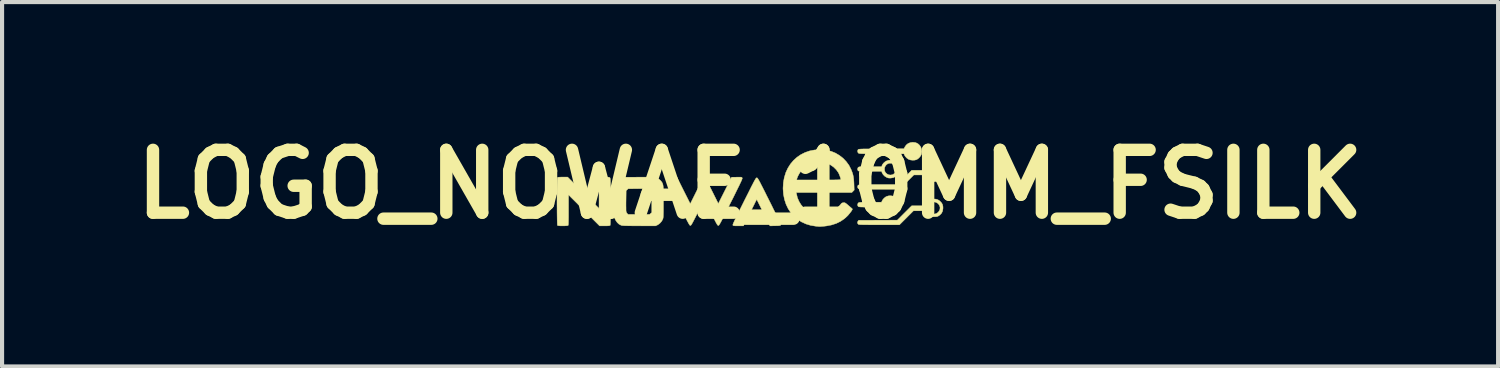
<source format=kicad_pcb>
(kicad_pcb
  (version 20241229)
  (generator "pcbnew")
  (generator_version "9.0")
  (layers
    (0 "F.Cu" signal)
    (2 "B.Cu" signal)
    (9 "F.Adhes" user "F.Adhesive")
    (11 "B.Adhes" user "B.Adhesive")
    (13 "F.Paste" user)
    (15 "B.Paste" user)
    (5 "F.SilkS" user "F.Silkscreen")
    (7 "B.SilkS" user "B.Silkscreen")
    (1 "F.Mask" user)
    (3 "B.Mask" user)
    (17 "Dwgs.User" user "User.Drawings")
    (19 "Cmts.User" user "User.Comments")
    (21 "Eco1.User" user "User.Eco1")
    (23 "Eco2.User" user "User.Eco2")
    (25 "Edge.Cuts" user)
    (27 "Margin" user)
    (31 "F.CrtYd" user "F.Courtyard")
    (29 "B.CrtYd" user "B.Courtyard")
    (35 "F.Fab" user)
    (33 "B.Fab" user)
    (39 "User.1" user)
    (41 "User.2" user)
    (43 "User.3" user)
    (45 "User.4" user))
  (footprint "LOGO_NOWAE_10MM_FSILK"
    (layer "F.Cu")
    (at 15.138 1.418)
    (property "Reference" "LOGO_NOWAE_10MM_FSILK" (at 0 0 0) (layer "F.SilkS") (effects (font (size 1.524 1.524) (thickness 0.3))))
    (attr through_hole)
    (fp_poly (pts (xy 3.469 0.288) (xy 3.52 0.308) (xy 3.556 0.333) (xy 3.59 0.376) (xy 3.612 0.428) (xy 3.621 0.484) (xy 3.617 0.541) (xy 3.599 0.594) (xy 3.596 0.6) (xy 3.56 0.65) (xy 3.516 0.686) (xy 3.462 0.707) (xy 3.399 0.713) (xy 3.352 0.709) (xy 3.313 0.698) (xy 3.31 0.697) (xy 3.279 0.678) (xy 3.247 0.649) (xy 3.22 0.617) (xy 3.201 0.587) (xy 3.2 0.582) (xy 3.191 0.557) (xy 2.914 0.555) (xy 2.836 0.554) (xy 2.774 0.553) (xy 2.726 0.552) (xy 2.689 0.551) (xy 2.663 0.549) (xy 2.644 0.547) (xy 2.632 0.544) (xy 2.625 0.54) (xy 2.621 0.538) (xy 2.609 0.514) (xy 2.608 0.485) (xy 2.619 0.459) (xy 2.627 0.451) (xy 2.633 0.446) (xy 2.642 0.443) (xy 2.655 0.44) (xy 2.674 0.438) (xy 2.701 0.437) (xy 2.738 0.436) (xy 2.787 0.435) (xy 2.85 0.435) (xy 2.918 0.435) (xy 3.189 0.435) (xy 3.199 0.407) (xy 3.217 0.375) (xy 3.245 0.342) (xy 3.279 0.313) (xy 3.31 0.295) (xy 3.359 0.281) (xy 3.414 0.279) (xy 3.469 0.288)) (stroke (width 0.01) (type solid)) (fill yes) (layer "F.SilkS"))
    (fp_poly (pts (xy 4.002 -1.012) (xy 4.02 -1.008) (xy 4.069 -0.984) (xy 4.109 -0.948) (xy 4.14 -0.902) (xy 4.159 -0.849) (xy 4.166 -0.792) (xy 4.158 -0.735) (xy 4.156 -0.729) (xy 4.14 -0.694) (xy 4.112 -0.657) (xy 4.079 -0.624) (xy 4.044 -0.601) (xy 4.041 -0.599) (xy 3.996 -0.586) (xy 3.943 -0.583) (xy 3.891 -0.589) (xy 3.846 -0.603) (xy 3.844 -0.605) (xy 3.797 -0.638) (xy 3.759 -0.681) (xy 3.743 -0.711) (xy 3.731 -0.739) (xy 3.189 -0.739) (xy 3.078 -0.739) (xy 2.983 -0.739) (xy 2.903 -0.74) (xy 2.837 -0.74) (xy 2.782 -0.741) (xy 2.739 -0.741) (xy 2.705 -0.742) (xy 2.679 -0.744) (xy 2.66 -0.745) (xy 2.646 -0.747) (xy 2.637 -0.75) (xy 2.631 -0.752) (xy 2.627 -0.755) (xy 2.611 -0.778) (xy 2.607 -0.806) (xy 2.615 -0.833) (xy 2.621 -0.842) (xy 2.626 -0.845) (xy 2.632 -0.848) (xy 2.643 -0.85) (xy 2.658 -0.852) (xy 2.68 -0.853) (xy 2.71 -0.855) (xy 2.749 -0.856) (xy 2.798 -0.857) (xy 2.858 -0.857) (xy 2.932 -0.858) (xy 3.019 -0.858) (xy 3.122 -0.859) (xy 3.184 -0.859) (xy 3.732 -0.862) (xy 3.753 -0.904) (xy 3.786 -0.951) (xy 3.83 -0.987) (xy 3.883 -1.009) (xy 3.941 -1.018) (xy 4.002 -1.012)) (stroke (width 0.01) (type solid)) (fill yes) (layer "F.SilkS"))
    (fp_poly (pts (xy 4.495 -0.499) (xy 4.546 -0.485) (xy 4.593 -0.458) (xy 4.633 -0.419) (xy 4.656 -0.383) (xy 4.673 -0.336) (xy 4.68 -0.284) (xy 4.678 -0.233) (xy 4.668 -0.197) (xy 4.638 -0.147) (xy 4.596 -0.107) (xy 4.546 -0.079) (xy 4.489 -0.064) (xy 4.43 -0.063) (xy 4.391 -0.071) (xy 4.357 -0.088) (xy 4.32 -0.115) (xy 4.288 -0.147) (xy 4.264 -0.181) (xy 4.259 -0.191) (xy 4.245 -0.226) (xy 3.971 -0.226) (xy 3.797 -0.052) (xy 3.623 0.122) (xy 3.131 0.122) (xy 3.026 0.122) (xy 2.937 0.122) (xy 2.863 0.122) (xy 2.802 0.121) (xy 2.752 0.121) (xy 2.714 0.12) (xy 2.684 0.119) (xy 2.663 0.117) (xy 2.647 0.115) (xy 2.637 0.113) (xy 2.63 0.11) (xy 2.625 0.107) (xy 2.623 0.104) (xy 2.61 0.081) (xy 2.607 0.054) (xy 2.615 0.03) (xy 2.623 0.021) (xy 2.629 0.018) (xy 2.642 0.016) (xy 2.661 0.014) (xy 2.689 0.012) (xy 2.727 0.011) (xy 2.776 0.01) (xy 2.837 0.009) (xy 2.912 0.009) (xy 3.002 0.009) (xy 3.105 0.009) (xy 3.57 0.009) (xy 3.745 -0.165) (xy 3.92 -0.339) (xy 4.249 -0.34) (xy 4.271 -0.385) (xy 4.302 -0.433) (xy 4.343 -0.468) (xy 4.391 -0.49) (xy 4.442 -0.501) (xy 4.495 -0.499)) (stroke (width 0.01) (type solid)) (fill yes) (layer "F.SilkS"))
    (fp_poly (pts (xy 3.466 -0.578) (xy 3.518 -0.555) (xy 3.563 -0.52) (xy 3.598 -0.474) (xy 3.608 -0.453) (xy 3.619 -0.411) (xy 3.621 -0.361) (xy 3.615 -0.312) (xy 3.604 -0.278) (xy 3.572 -0.226) (xy 3.529 -0.187) (xy 3.476 -0.161) (xy 3.412 -0.15) (xy 3.41 -0.15) (xy 3.372 -0.15) (xy 3.342 -0.155) (xy 3.312 -0.167) (xy 3.31 -0.168) (xy 3.264 -0.197) (xy 3.226 -0.236) (xy 3.201 -0.279) (xy 3.2 -0.282) (xy 3.189 -0.313) (xy 2.914 -0.313) (xy 2.834 -0.313) (xy 2.769 -0.314) (xy 2.719 -0.315) (xy 2.681 -0.316) (xy 2.654 -0.318) (xy 2.636 -0.32) (xy 2.625 -0.324) (xy 2.623 -0.325) (xy 2.61 -0.344) (xy 2.609 -0.354) (xy 3.258 -0.354) (xy 3.268 -0.313) (xy 3.29 -0.277) (xy 3.322 -0.249) (xy 3.361 -0.23) (xy 3.405 -0.224) (xy 3.45 -0.231) (xy 3.471 -0.24) (xy 3.504 -0.265) (xy 3.53 -0.301) (xy 3.546 -0.342) (xy 3.549 -0.367) (xy 3.541 -0.409) (xy 3.52 -0.45) (xy 3.489 -0.482) (xy 3.476 -0.492) (xy 3.43 -0.509) (xy 3.384 -0.511) (xy 3.341 -0.499) (xy 3.304 -0.473) (xy 3.276 -0.435) (xy 3.262 -0.4) (xy 3.258 -0.354) (xy 2.609 -0.354) (xy 2.607 -0.37) (xy 2.614 -0.397) (xy 2.623 -0.409) (xy 2.628 -0.414) (xy 2.634 -0.417) (xy 2.644 -0.42) (xy 2.66 -0.423) (xy 2.683 -0.424) (xy 2.715 -0.425) (xy 2.758 -0.426) (xy 2.813 -0.426) (xy 2.884 -0.426) (xy 2.914 -0.426) (xy 3.191 -0.426) (xy 3.196 -0.446) (xy 3.211 -0.48) (xy 3.238 -0.515) (xy 3.274 -0.546) (xy 3.297 -0.561) (xy 3.353 -0.582) (xy 3.41 -0.587) (xy 3.466 -0.578)) (stroke (width 0.01) (type solid)) (fill yes) (layer "F.SilkS"))
    (fp_poly (pts (xy 4.508 0.361) (xy 4.552 0.374) (xy 4.591 0.398) (xy 4.611 0.415) (xy 4.647 0.455) (xy 4.669 0.498) (xy 4.678 0.547) (xy 4.678 0.59) (xy 4.668 0.651) (xy 4.643 0.703) (xy 4.604 0.744) (xy 4.58 0.761) (xy 4.558 0.774) (xy 4.538 0.782) (xy 4.515 0.786) (xy 4.483 0.787) (xy 4.462 0.787) (xy 4.424 0.787) (xy 4.398 0.784) (xy 4.377 0.778) (xy 4.356 0.768) (xy 4.344 0.761) (xy 4.301 0.725) (xy 4.275 0.689) (xy 4.249 0.644) (xy 3.962 0.644) (xy 3.793 0.813) (xy 3.623 0.983) (xy 3.13 0.983) (xy 3.023 0.983) (xy 2.933 0.983) (xy 2.857 0.982) (xy 2.795 0.982) (xy 2.745 0.981) (xy 2.705 0.98) (xy 2.675 0.979) (xy 2.654 0.977) (xy 2.639 0.975) (xy 2.629 0.973) (xy 2.624 0.97) (xy 2.624 0.97) (xy 2.606 0.943) (xy 2.606 0.916) (xy 2.616 0.897) (xy 2.633 0.874) (xy 3.102 0.872) (xy 3.57 0.87) (xy 3.873 0.568) (xy 4.318 0.568) (xy 4.322 0.612) (xy 4.341 0.654) (xy 4.352 0.667) (xy 4.392 0.701) (xy 4.436 0.719) (xy 4.482 0.72) (xy 4.517 0.71) (xy 4.552 0.687) (xy 4.582 0.653) (xy 4.602 0.612) (xy 4.603 0.609) (xy 4.607 0.565) (xy 4.597 0.524) (xy 4.575 0.487) (xy 4.544 0.457) (xy 4.506 0.437) (xy 4.464 0.429) (xy 4.426 0.434) (xy 4.382 0.455) (xy 4.349 0.487) (xy 4.327 0.526) (xy 4.318 0.568) (xy 3.873 0.568) (xy 3.92 0.522) (xy 4.244 0.522) (xy 4.261 0.485) (xy 4.292 0.434) (xy 4.335 0.394) (xy 4.386 0.368) (xy 4.444 0.357) (xy 4.454 0.357) (xy 4.508 0.361)) (stroke (width 0.01) (type solid)) (fill yes) (layer "F.SilkS"))
    (fp_poly (pts (xy 0.168 -0.156) (xy 0.173 -0.154) (xy 0.179 -0.149) (xy 0.186 -0.14) (xy 0.195 -0.126) (xy 0.207 -0.107) (xy 0.222 -0.08) (xy 0.241 -0.045) (xy 0.263 -0.001) (xy 0.291 0.053) (xy 0.324 0.118) (xy 0.363 0.195) (xy 0.408 0.286) (xy 0.461 0.391) (xy 0.47 0.409) (xy 0.525 0.519) (xy 0.572 0.615) (xy 0.613 0.697) (xy 0.647 0.767) (xy 0.675 0.825) (xy 0.698 0.872) (xy 0.715 0.91) (xy 0.728 0.939) (xy 0.737 0.961) (xy 0.742 0.976) (xy 0.744 0.985) (xy 0.743 0.989) (xy 0.737 0.996) (xy 0.726 1) (xy 0.708 1.003) (xy 0.68 1.005) (xy 0.638 1.006) (xy 0.608 1.007) (xy 0.482 1.009) (xy 0.426 0.896) (xy -0.105 0.896) (xy -0.132 0.953) (xy -0.16 1.009) (xy -0.284 1.009) (xy -0.333 1.009) (xy -0.368 1.008) (xy -0.391 1.006) (xy -0.405 1.003) (xy -0.413 0.999) (xy -0.417 0.992) (xy -0.418 0.987) (xy -0.416 0.977) (xy -0.411 0.962) (xy -0.403 0.941) (xy -0.39 0.912) (xy -0.373 0.875) (xy -0.351 0.829) (xy -0.324 0.772) (xy -0.291 0.704) (xy -0.251 0.624) (xy -0.248 0.618) (xy 0.035 0.618) (xy 0.287 0.618) (xy 0.225 0.494) (xy 0.204 0.452) (xy 0.186 0.415) (xy 0.172 0.388) (xy 0.164 0.371) (xy 0.162 0.368) (xy 0.158 0.375) (xy 0.147 0.394) (xy 0.131 0.425) (xy 0.112 0.463) (xy 0.098 0.492) (xy 0.035 0.618) (xy -0.248 0.618) (xy -0.204 0.53) (xy -0.15 0.422) (xy -0.144 0.409) (xy -0.09 0.302) (xy -0.043 0.209) (xy -0.003 0.129) (xy 0.03 0.062) (xy 0.059 0.007) (xy 0.082 -0.039) (xy 0.102 -0.075) (xy 0.117 -0.103) (xy 0.129 -0.123) (xy 0.139 -0.138) (xy 0.146 -0.148) (xy 0.152 -0.153) (xy 0.158 -0.156) (xy 0.162 -0.157) (xy 0.163 -0.157) (xy 0.168 -0.156)) (stroke (width 0.01) (type solid)) (fill yes) (layer "F.SilkS"))
    (fp_poly (pts (xy -3.662 0.587) (xy -3.662 0.221) (xy -3.662 0.131) (xy -3.662 0.057) (xy -3.662 -0.002) (xy -3.661 -0.049) (xy -3.66 -0.085) (xy -3.659 -0.112) (xy -3.657 -0.131) (xy -3.655 -0.144) (xy -3.652 -0.152) (xy -3.648 -0.158) (xy -3.646 -0.16) (xy -3.636 -0.166) (xy -3.621 -0.17) (xy -3.596 -0.173) (xy -3.56 -0.174) (xy -3.521 -0.174) (xy -3.475 -0.174) (xy -3.443 -0.172) (xy -3.422 -0.17) (xy -3.408 -0.166) (xy -3.4 -0.16) (xy -3.398 -0.158) (xy -3.395 -0.154) (xy -3.393 -0.147) (xy -3.391 -0.136) (xy -3.389 -0.119) (xy -3.387 -0.096) (xy -3.386 -0.066) (xy -3.385 -0.026) (xy -3.385 0.024) (xy -3.384 0.085) (xy -3.384 0.16) (xy -3.384 0.248) (xy -3.384 0.352) (xy -3.384 0.423) (xy -3.384 0.543) (xy -3.384 0.647) (xy -3.385 0.735) (xy -3.385 0.809) (xy -3.386 0.869) (xy -3.387 0.917) (xy -3.388 0.952) (xy -3.39 0.977) (xy -3.392 0.992) (xy -3.394 0.999) (xy -3.407 1.003) (xy -3.436 1.007) (xy -3.48 1.009) (xy -3.527 1.009) (xy -3.649 1.009) (xy -4.025 0.633) (xy -4.402 0.257) (xy -4.402 0.622) (xy -4.402 0.719) (xy -4.402 0.798) (xy -4.403 0.863) (xy -4.404 0.914) (xy -4.405 0.952) (xy -4.407 0.978) (xy -4.41 0.993) (xy -4.412 0.999) (xy -4.425 1.003) (xy -4.451 1.006) (xy -4.487 1.008) (xy -4.528 1.009) (xy -4.57 1.009) (xy -4.609 1.008) (xy -4.642 1.005) (xy -4.663 1.001) (xy -4.669 0.999) (xy -4.672 0.988) (xy -4.674 0.962) (xy -4.675 0.921) (xy -4.677 0.869) (xy -4.678 0.807) (xy -4.679 0.735) (xy -4.68 0.658) (xy -4.68 0.575) (xy -4.681 0.489) (xy -4.681 0.401) (xy -4.681 0.314) (xy -4.68 0.229) (xy -4.68 0.148) (xy -4.679 0.072) (xy -4.678 0.004) (xy -4.676 -0.055) (xy -4.675 -0.103) (xy -4.673 -0.138) (xy -4.671 -0.159) (xy -4.669 -0.164) (xy -4.656 -0.169) (xy -4.627 -0.172) (xy -4.581 -0.174) (xy -4.541 -0.174) (xy -4.423 -0.174) (xy -3.662 0.587)) (stroke (width 0.01) (type solid)) (fill yes) (layer "F.SilkS"))
    (fp_poly (pts (xy -2.444 -0.172) (xy -2.383 -0.171) (xy -2.339 -0.169) (xy -2.309 -0.167) (xy -2.299 -0.165) (xy -2.242 -0.145) (xy -2.191 -0.11) (xy -2.151 -0.068) (xy -2.14 -0.051) (xy -2.13 -0.036) (xy -2.122 -0.02) (xy -2.116 -0.002) (xy -2.111 0.02) (xy -2.107 0.048) (xy -2.104 0.082) (xy -2.103 0.126) (xy -2.102 0.18) (xy -2.101 0.247) (xy -2.101 0.328) (xy -2.101 0.422) (xy -2.101 0.514) (xy -2.101 0.591) (xy -2.101 0.653) (xy -2.102 0.704) (xy -2.103 0.743) (xy -2.104 0.774) (xy -2.106 0.797) (xy -2.108 0.815) (xy -2.111 0.829) (xy -2.115 0.841) (xy -2.117 0.848) (xy -2.144 0.897) (xy -2.183 0.942) (xy -2.229 0.978) (xy -2.249 0.989) (xy -2.292 1.009) (xy -2.692 1.008) (xy -2.79 1.008) (xy -2.872 1.008) (xy -2.94 1.007) (xy -2.995 1.006) (xy -3.038 1.005) (xy -3.071 1.003) (xy -3.096 1.001) (xy -3.113 0.999) (xy -3.125 0.996) (xy -3.126 0.995) (xy -3.176 0.969) (xy -3.22 0.929) (xy -3.255 0.88) (xy -3.259 0.872) (xy -3.284 0.822) (xy -3.284 0.517) (xy -3.009 0.517) (xy -3.008 0.57) (xy -3.008 0.613) (xy -3.007 0.644) (xy -3.005 0.66) (xy -2.995 0.687) (xy -2.979 0.71) (xy -2.958 0.731) (xy -2.437 0.731) (xy -2.383 0.686) (xy -2.383 0.423) (xy -2.383 0.345) (xy -2.384 0.282) (xy -2.385 0.233) (xy -2.387 0.195) (xy -2.39 0.168) (xy -2.395 0.148) (xy -2.401 0.135) (xy -2.41 0.126) (xy -2.421 0.119) (xy -2.434 0.114) (xy -2.448 0.111) (xy -2.475 0.108) (xy -2.515 0.106) (xy -2.569 0.106) (xy -2.638 0.106) (xy -2.708 0.106) (xy -2.957 0.109) (xy -2.981 0.133) (xy -3.005 0.157) (xy -3.008 0.394) (xy -3.009 0.458) (xy -3.009 0.517) (xy -3.284 0.517) (xy -3.284 0.426) (xy -3.284 0.332) (xy -3.284 0.254) (xy -3.283 0.19) (xy -3.283 0.138) (xy -3.282 0.097) (xy -3.28 0.065) (xy -3.279 0.041) (xy -3.276 0.022) (xy -3.274 0.008) (xy -3.27 -0.004) (xy -3.267 -0.012) (xy -3.238 -0.066) (xy -3.194 -0.113) (xy -3.145 -0.146) (xy -3.101 -0.17) (xy -2.723 -0.172) (xy -2.613 -0.173) (xy -2.52 -0.173) (xy -2.444 -0.172)) (stroke (width 0.01) (type solid)) (fill yes) (layer "F.SilkS"))
    (fp_poly (pts (xy -1.613 0.15) (xy -1.45 0.474) (xy -1.293 0.159) (xy -1.254 0.08) (xy -1.222 0.016) (xy -1.195 -0.035) (xy -1.175 -0.075) (xy -1.158 -0.105) (xy -1.146 -0.127) (xy -1.136 -0.141) (xy -1.128 -0.15) (xy -1.121 -0.155) (xy -1.115 -0.156) (xy -1.109 -0.157) (xy -1.102 -0.156) (xy -1.096 -0.154) (xy -1.089 -0.149) (xy -1.081 -0.139) (xy -1.071 -0.124) (xy -1.057 -0.101) (xy -1.04 -0.069) (xy -1.019 -0.027) (xy -0.992 0.026) (xy -0.958 0.093) (xy -0.926 0.157) (xy -0.77 0.47) (xy -0.609 0.15) (xy -0.448 -0.17) (xy -0.324 -0.172) (xy -0.275 -0.173) (xy -0.241 -0.173) (xy -0.219 -0.172) (xy -0.205 -0.169) (xy -0.197 -0.165) (xy -0.193 -0.158) (xy -0.191 -0.154) (xy -0.189 -0.149) (xy -0.19 -0.141) (xy -0.193 -0.128) (xy -0.2 -0.111) (xy -0.209 -0.088) (xy -0.223 -0.058) (xy -0.241 -0.02) (xy -0.263 0.027) (xy -0.292 0.085) (xy -0.326 0.154) (xy -0.366 0.236) (xy -0.413 0.331) (xy -0.465 0.433) (xy -0.519 0.541) (xy -0.565 0.635) (xy -0.606 0.715) (xy -0.64 0.782) (xy -0.668 0.838) (xy -0.692 0.884) (xy -0.711 0.92) (xy -0.727 0.948) (xy -0.739 0.969) (xy -0.749 0.983) (xy -0.756 0.993) (xy -0.762 0.998) (xy -0.767 1) (xy -0.77 1) (xy -0.776 0.999) (xy -0.782 0.995) (xy -0.79 0.987) (xy -0.8 0.973) (xy -0.813 0.951) (xy -0.829 0.922) (xy -0.85 0.882) (xy -0.876 0.831) (xy -0.908 0.767) (xy -0.947 0.689) (xy -0.95 0.683) (xy -1.109 0.365) (xy -1.268 0.683) (xy -1.307 0.762) (xy -1.34 0.827) (xy -1.367 0.879) (xy -1.388 0.919) (xy -1.405 0.95) (xy -1.418 0.972) (xy -1.428 0.986) (xy -1.436 0.995) (xy -1.442 0.999) (xy -1.448 1) (xy -1.448 1) (xy -1.453 0.999) (xy -1.458 0.996) (xy -1.465 0.989) (xy -1.473 0.978) (xy -1.484 0.961) (xy -1.497 0.937) (xy -1.514 0.906) (xy -1.535 0.866) (xy -1.561 0.816) (xy -1.592 0.755) (xy -1.629 0.683) (xy -1.672 0.597) (xy -1.721 0.498) (xy -1.753 0.433) (xy -1.808 0.325) (xy -1.855 0.23) (xy -1.895 0.15) (xy -1.929 0.081) (xy -1.957 0.024) (xy -1.979 -0.023) (xy -1.997 -0.061) (xy -2.01 -0.091) (xy -2.019 -0.113) (xy -2.025 -0.13) (xy -2.028 -0.142) (xy -2.029 -0.149) (xy -2.028 -0.154) (xy -2.023 -0.162) (xy -2.017 -0.167) (xy -2.006 -0.171) (xy -1.987 -0.173) (xy -1.958 -0.174) (xy -1.915 -0.174) (xy -1.897 -0.174) (xy -1.775 -0.174) (xy -1.613 0.15)) (stroke (width 0.01) (type solid)) (fill yes) (layer "F.SilkS"))
    (fp_poly (pts (xy 1.811 -0.832) (xy 1.857 -0.825) (xy 1.966 -0.799) (xy 2.07 -0.757) (xy 2.166 -0.7) (xy 2.255 -0.631) (xy 2.332 -0.55) (xy 2.398 -0.46) (xy 2.449 -0.36) (xy 2.451 -0.355) (xy 2.475 -0.294) (xy 2.493 -0.239) (xy 2.505 -0.183) (xy 2.513 -0.124) (xy 2.518 -0.054) (xy 2.52 -0.006) (xy 2.525 0.14) (xy 2.496 0.17) (xy 2.467 0.2) (xy 1.121 0.2) (xy 1.127 0.237) (xy 1.149 0.329) (xy 1.186 0.415) (xy 1.234 0.494) (xy 1.293 0.564) (xy 1.36 0.623) (xy 1.435 0.669) (xy 1.515 0.701) (xy 1.566 0.713) (xy 1.634 0.721) (xy 1.708 0.721) (xy 1.782 0.716) (xy 1.851 0.706) (xy 1.901 0.692) (xy 1.98 0.659) (xy 2.056 0.615) (xy 2.124 0.564) (xy 2.181 0.508) (xy 2.206 0.475) (xy 2.223 0.458) (xy 2.246 0.449) (xy 2.262 0.447) (xy 2.279 0.446) (xy 2.293 0.447) (xy 2.307 0.453) (xy 2.325 0.465) (xy 2.351 0.485) (xy 2.383 0.513) (xy 2.416 0.541) (xy 2.445 0.566) (xy 2.466 0.584) (xy 2.477 0.594) (xy 2.477 0.595) (xy 2.481 0.603) (xy 2.477 0.616) (xy 2.466 0.636) (xy 2.446 0.666) (xy 2.371 0.758) (xy 2.287 0.835) (xy 2.194 0.899) (xy 2.09 0.95) (xy 1.975 0.987) (xy 1.849 1.011) (xy 1.788 1.018) (xy 1.748 1.021) (xy 1.714 1.024) (xy 1.689 1.025) (xy 1.679 1.025) (xy 1.664 1.024) (xy 1.638 1.021) (xy 1.604 1.018) (xy 1.594 1.017) (xy 1.47 0.997) (xy 1.354 0.962) (xy 1.247 0.913) (xy 1.15 0.851) (xy 1.064 0.777) (xy 0.988 0.69) (xy 0.924 0.593) (xy 0.873 0.486) (xy 0.835 0.37) (xy 0.81 0.245) (xy 0.8 0.113) (xy 0.8 0.091) (xy 0.808 -0.042) (xy 0.819 -0.104) (xy 1.129 -0.104) (xy 1.665 -0.104) (xy 1.777 -0.104) (xy 1.872 -0.105) (xy 1.953 -0.105) (xy 2.02 -0.105) (xy 2.074 -0.106) (xy 2.117 -0.107) (xy 2.149 -0.108) (xy 2.173 -0.11) (xy 2.188 -0.111) (xy 2.197 -0.113) (xy 2.201 -0.116) (xy 2.201 -0.117) (xy 2.197 -0.138) (xy 2.188 -0.169) (xy 2.175 -0.206) (xy 2.16 -0.243) (xy 2.145 -0.275) (xy 2.141 -0.283) (xy 2.089 -0.355) (xy 2.024 -0.419) (xy 1.946 -0.472) (xy 1.866 -0.51) (xy 1.834 -0.521) (xy 1.802 -0.529) (xy 1.767 -0.533) (xy 1.721 -0.537) (xy 1.702 -0.537) (xy 1.616 -0.537) (xy 1.541 -0.529) (xy 1.474 -0.51) (xy 1.412 -0.481) (xy 1.351 -0.439) (xy 1.328 -0.421) (xy 1.281 -0.376) (xy 1.235 -0.321) (xy 1.194 -0.26) (xy 1.161 -0.199) (xy 1.138 -0.142) (xy 1.135 -0.128) (xy 1.129 -0.104) (xy 0.819 -0.104) (xy 0.831 -0.167) (xy 0.867 -0.284) (xy 0.917 -0.392) (xy 0.979 -0.49) (xy 1.053 -0.578) (xy 1.137 -0.654) (xy 1.23 -0.718) (xy 1.333 -0.77) (xy 1.443 -0.808) (xy 1.56 -0.831) (xy 1.683 -0.839) (xy 1.811 -0.832)) (stroke (width 0.01) (type solid)) (fill yes) (layer "F.SilkS")))
  (gr_rect
    (start -3 -3)
    (end 33.277 5.836)
    (stroke (width 0.1) (type default))
    (fill no)
    (layer "Edge.Cuts")))
</source>
